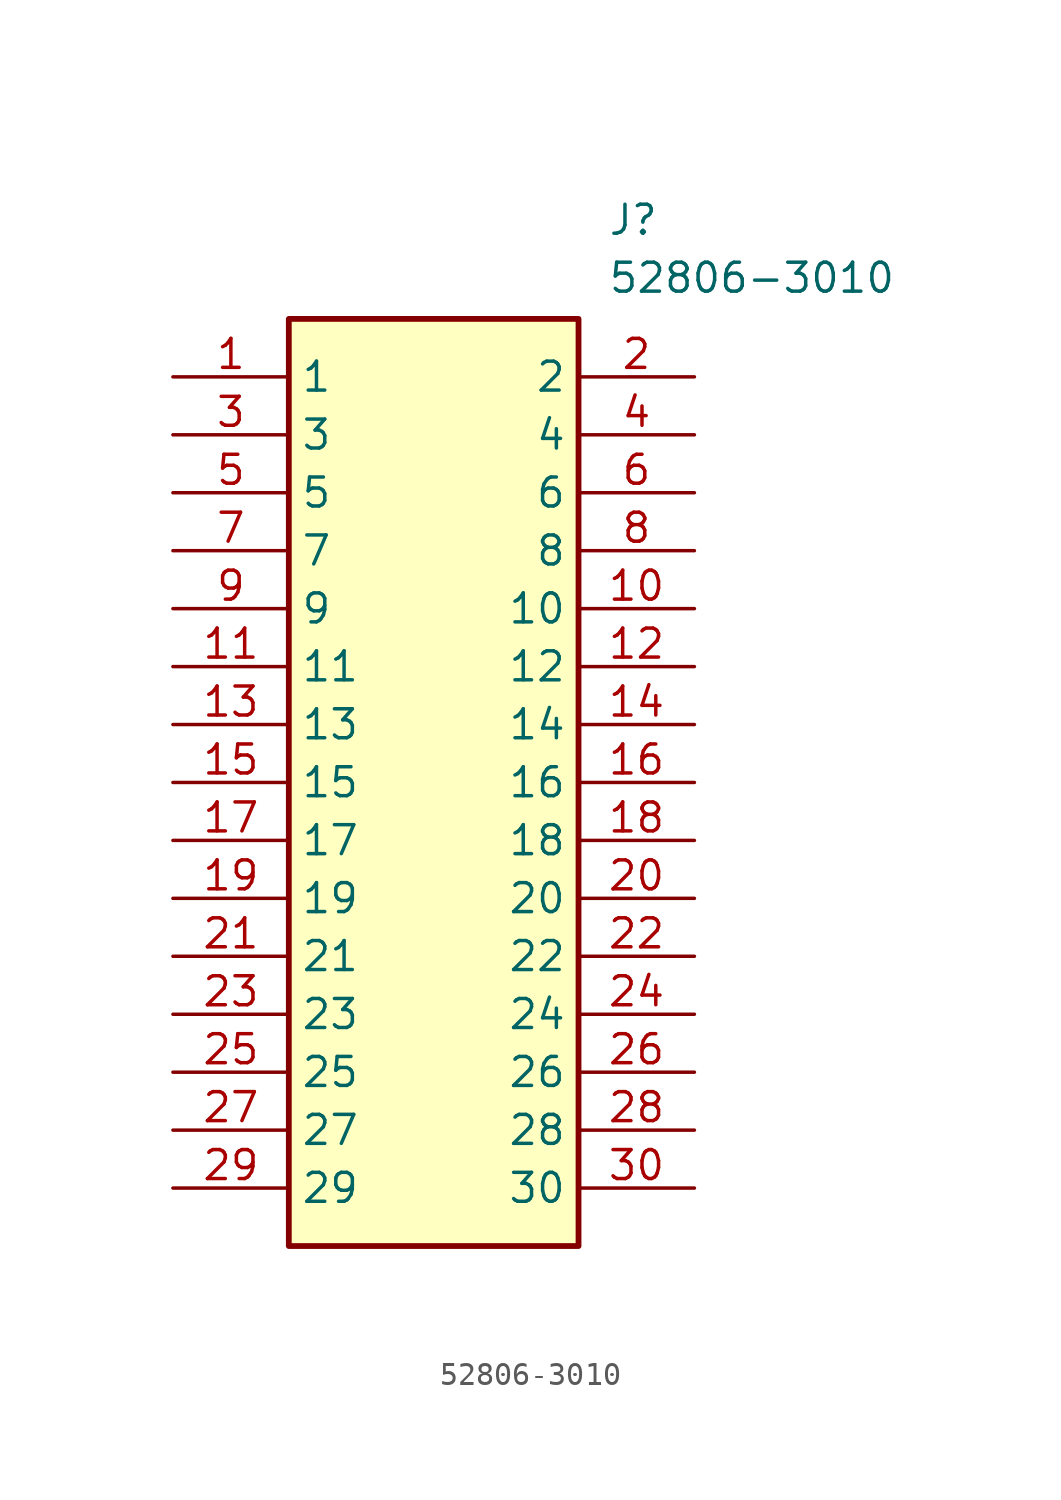
<source format=kicad_sym>
(kicad_symbol_lib
  (version 20241209)
  (generator "kicad_symbol_editor")
  (generator_version "9.0")
  (symbol "52806-3010"
    (property "Reference" "J"
      (at 19.05 7.62 0)
      (effects (font (size 1.27 1.27)) (justify left top)))
    (property "Value" "52806-3010"
      (at 19.05 5.08 0)
      (effects (font (size 1.27 1.27)) (justify left top)))
    (symbol "52806-3010_1_1"
      (rectangle (start 5.08 2.54) (end 17.78 -38.1) (stroke (width 0.254) (type default)) (fill (type background)))
      (pin passive line (at 0 0 0) (length 5.08) (name "1" (effects (font (size 1.27 1.27)))) (number "1" (effects (font (size 1.27 1.27)))))
      (pin passive line (at 0 -2.54 0) (length 5.08) (name "3" (effects (font (size 1.27 1.27)))) (number "3" (effects (font (size 1.27 1.27)))))
      (pin passive line (at 0 -5.08 0) (length 5.08) (name "5" (effects (font (size 1.27 1.27)))) (number "5" (effects (font (size 1.27 1.27)))))
      (pin passive line (at 0 -7.62 0) (length 5.08) (name "7" (effects (font (size 1.27 1.27)))) (number "7" (effects (font (size 1.27 1.27)))))
      (pin passive line (at 0 -10.16 0) (length 5.08) (name "9" (effects (font (size 1.27 1.27)))) (number "9" (effects (font (size 1.27 1.27)))))
      (pin passive line (at 0 -12.7 0) (length 5.08) (name "11" (effects (font (size 1.27 1.27)))) (number "11" (effects (font (size 1.27 1.27)))))
      (pin passive line (at 0 -15.24 0) (length 5.08) (name "13" (effects (font (size 1.27 1.27)))) (number "13" (effects (font (size 1.27 1.27)))))
      (pin passive line (at 0 -17.78 0) (length 5.08) (name "15" (effects (font (size 1.27 1.27)))) (number "15" (effects (font (size 1.27 1.27)))))
      (pin passive line (at 0 -20.32 0) (length 5.08) (name "17" (effects (font (size 1.27 1.27)))) (number "17" (effects (font (size 1.27 1.27)))))
      (pin passive line (at 0 -22.86 0) (length 5.08) (name "19" (effects (font (size 1.27 1.27)))) (number "19" (effects (font (size 1.27 1.27)))))
      (pin passive line (at 0 -25.4 0) (length 5.08) (name "21" (effects (font (size 1.27 1.27)))) (number "21" (effects (font (size 1.27 1.27)))))
      (pin passive line (at 0 -27.94 0) (length 5.08) (name "23" (effects (font (size 1.27 1.27)))) (number "23" (effects (font (size 1.27 1.27)))))
      (pin passive line (at 0 -30.48 0) (length 5.08) (name "25" (effects (font (size 1.27 1.27)))) (number "25" (effects (font (size 1.27 1.27)))))
      (pin passive line (at 0 -33.02 0) (length 5.08) (name "27" (effects (font (size 1.27 1.27)))) (number "27" (effects (font (size 1.27 1.27)))))
      (pin passive line (at 0 -35.56 0) (length 5.08) (name "29" (effects (font (size 1.27 1.27)))) (number "29" (effects (font (size 1.27 1.27)))))
      (pin passive line (at 22.86 0 180) (length 5.08) (name "2" (effects (font (size 1.27 1.27)))) (number "2" (effects (font (size 1.27 1.27)))))
      (pin passive line (at 22.86 -2.54 180) (length 5.08) (name "4" (effects (font (size 1.27 1.27)))) (number "4" (effects (font (size 1.27 1.27)))))
      (pin passive line (at 22.86 -5.08 180) (length 5.08) (name "6" (effects (font (size 1.27 1.27)))) (number "6" (effects (font (size 1.27 1.27)))))
      (pin passive line (at 22.86 -7.62 180) (length 5.08) (name "8" (effects (font (size 1.27 1.27)))) (number "8" (effects (font (size 1.27 1.27)))))
      (pin passive line (at 22.86 -10.16 180) (length 5.08) (name "10" (effects (font (size 1.27 1.27)))) (number "10" (effects (font (size 1.27 1.27)))))
      (pin passive line (at 22.86 -12.7 180) (length 5.08) (name "12" (effects (font (size 1.27 1.27)))) (number "12" (effects (font (size 1.27 1.27)))))
      (pin passive line (at 22.86 -15.24 180) (length 5.08) (name "14" (effects (font (size 1.27 1.27)))) (number "14" (effects (font (size 1.27 1.27)))))
      (pin passive line (at 22.86 -17.78 180) (length 5.08) (name "16" (effects (font (size 1.27 1.27)))) (number "16" (effects (font (size 1.27 1.27)))))
      (pin passive line (at 22.86 -20.32 180) (length 5.08) (name "18" (effects (font (size 1.27 1.27)))) (number "18" (effects (font (size 1.27 1.27)))))
      (pin passive line (at 22.86 -22.86 180) (length 5.08) (name "20" (effects (font (size 1.27 1.27)))) (number "20" (effects (font (size 1.27 1.27)))))
      (pin passive line (at 22.86 -25.4 180) (length 5.08) (name "22" (effects (font (size 1.27 1.27)))) (number "22" (effects (font (size 1.27 1.27)))))
      (pin passive line (at 22.86 -27.94 180) (length 5.08) (name "24" (effects (font (size 1.27 1.27)))) (number "24" (effects (font (size 1.27 1.27)))))
      (pin passive line (at 22.86 -30.48 180) (length 5.08) (name "26" (effects (font (size 1.27 1.27)))) (number "26" (effects (font (size 1.27 1.27)))))
      (pin passive line (at 22.86 -33.02 180) (length 5.08) (name "28" (effects (font (size 1.27 1.27)))) (number "28" (effects (font (size 1.27 1.27)))))
      (pin passive line (at 22.86 -35.56 180) (length 5.08) (name "30" (effects (font (size 1.27 1.27)))) (number "30" (effects (font (size 1.27 1.27))))))))
</source>
